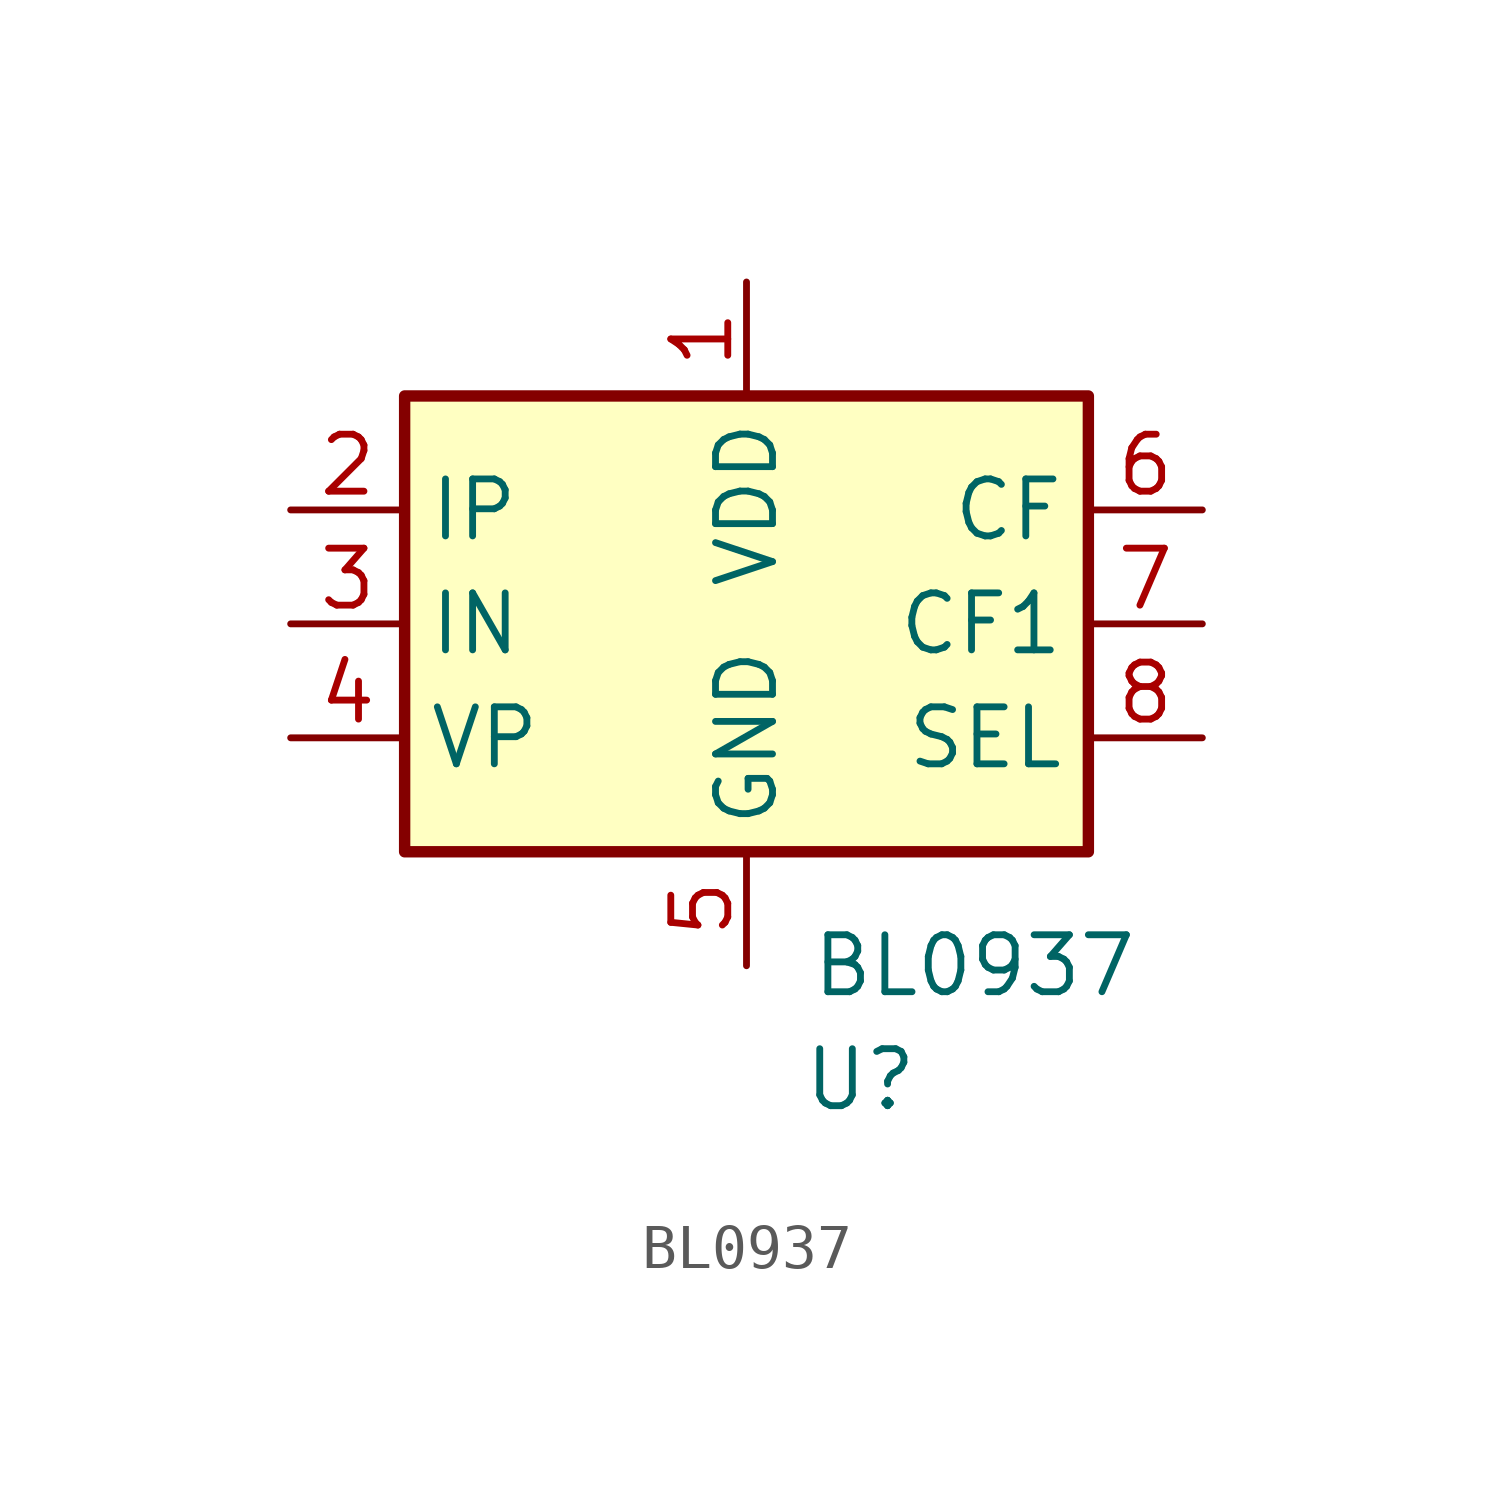
<source format=kicad_sym>
(kicad_symbol_lib
  (version 20231120)
  (generator "kicad_symbol_editor")
  (generator_version "8.0")
  (symbol "BL0937"
    (property "Reference" "U"
      (at 2.54 -10.16 0)
      (effects (font (size 1.27 1.27))))
    (property "Value" "BL0937"
      (at 5.08 -7.62 0)
      (effects (font (size 1.27 1.27))))
    (symbol "BL0937_0_1"
      (rectangle (start -7.62 5.08) (end 7.62 -5.08) (stroke (width 0.254) (type default)) (fill (type background))))
    (symbol "BL0937_1_1"
      (pin power_in line (at 0 7.62 270) (length 2.54) (name "VDD" (effects (font (size 1.27 1.27)))) (number "1" (effects (font (size 1.27 1.27)))))
      (pin input line (at -10.16 2.54 0) (length 2.54) (name "IP" (effects (font (size 1.27 1.27)))) (number "2" (effects (font (size 1.27 1.27)))))
      (pin input line (at -10.16 0 0) (length 2.54) (name "IN" (effects (font (size 1.27 1.27)))) (number "3" (effects (font (size 1.27 1.27)))))
      (pin input line (at -10.16 -2.54 0) (length 2.54) (name "VP" (effects (font (size 1.27 1.27)))) (number "4" (effects (font (size 1.27 1.27)))))
      (pin power_in line (at 0 -7.62 90) (length 2.54) (name "GND" (effects (font (size 1.27 1.27)))) (number "5" (effects (font (size 1.27 1.27)))))
      (pin output line (at 10.16 2.54 180) (length 2.54) (name "CF" (effects (font (size 1.27 1.27)))) (number "6" (effects (font (size 1.27 1.27)))))
      (pin output line (at 10.16 0 180) (length 2.54) (name "CF1" (effects (font (size 1.27 1.27)))) (number "7" (effects (font (size 1.27 1.27)))))
      (pin input line (at 10.16 -2.54 180) (length 2.54) (name "SEL" (effects (font (size 1.27 1.27)))) (number "8" (effects (font (size 1.27 1.27))))))))
</source>
